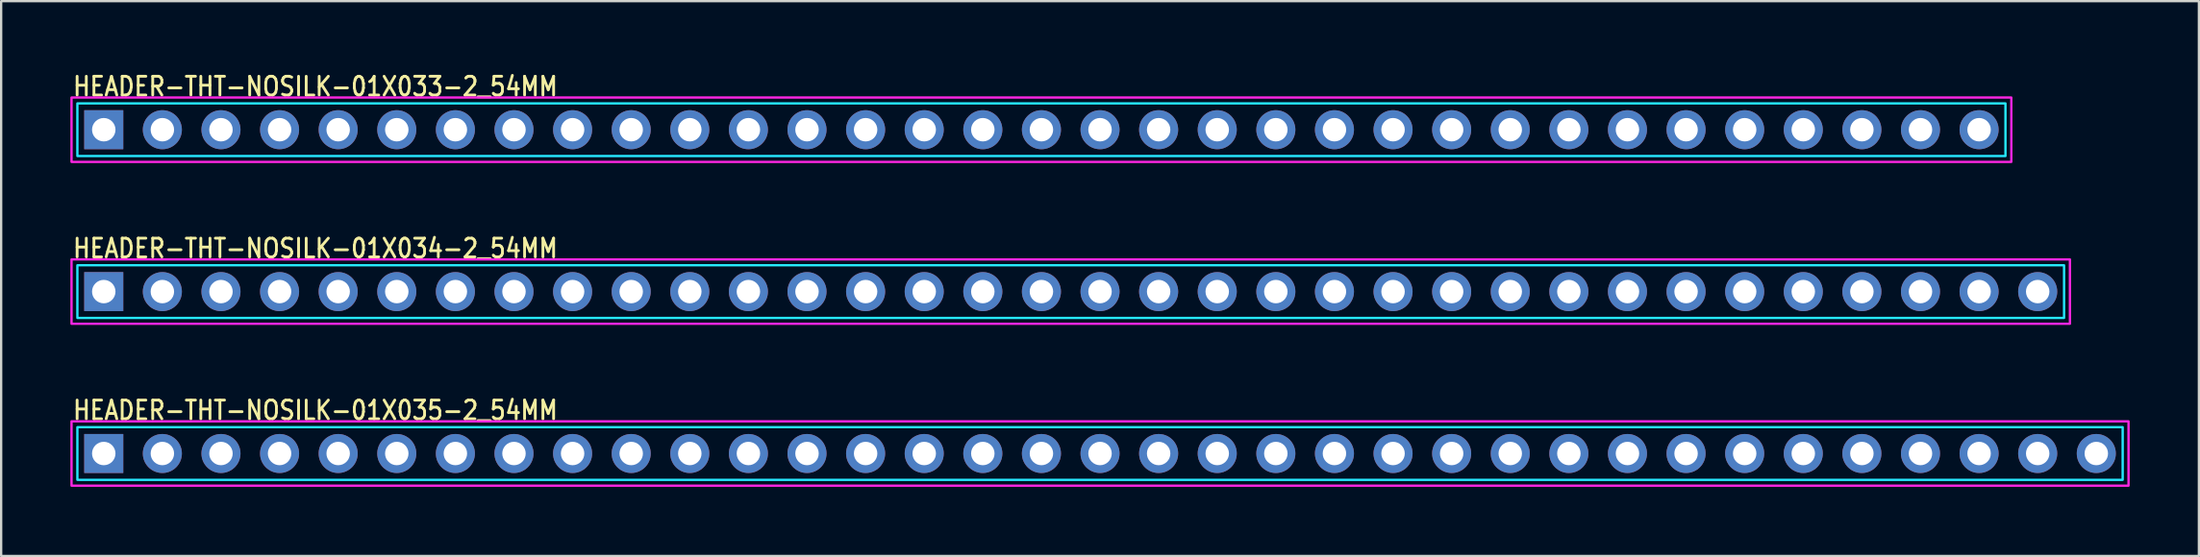
<source format=kicad_pcb>
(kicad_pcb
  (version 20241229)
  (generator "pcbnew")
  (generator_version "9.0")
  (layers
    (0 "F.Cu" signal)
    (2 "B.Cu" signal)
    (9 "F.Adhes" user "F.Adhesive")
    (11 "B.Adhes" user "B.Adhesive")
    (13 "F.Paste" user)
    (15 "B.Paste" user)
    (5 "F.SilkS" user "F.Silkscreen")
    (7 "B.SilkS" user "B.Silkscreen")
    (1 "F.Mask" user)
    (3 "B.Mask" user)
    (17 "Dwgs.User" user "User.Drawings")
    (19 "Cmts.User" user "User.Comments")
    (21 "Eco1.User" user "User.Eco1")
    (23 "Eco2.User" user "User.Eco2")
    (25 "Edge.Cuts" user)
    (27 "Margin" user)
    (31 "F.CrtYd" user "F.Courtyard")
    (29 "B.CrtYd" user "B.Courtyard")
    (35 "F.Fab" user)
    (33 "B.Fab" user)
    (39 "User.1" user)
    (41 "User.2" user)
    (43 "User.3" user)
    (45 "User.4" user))
  (footprint "HEADER-THT-NOSILK-01X035-2_54MM"
    (layer "F.Cu")
    (at 1.447 16.63)
    (property "Reference" "HEADER-THT-NOSILK-01X035-2_54MM" (at -1.4 -1.4 0) (unlocked yes) (layer "F.SilkS") (effects (font (size 0.813 0.695) (thickness 0.122)) (justify left bottom)))
    (fp_poly (pts (xy -1.143 -1.143) (xy 87.503 -1.143) (xy 87.503 1.143) (xy -1.143 1.143)) (stroke (width 0.1) (type solid)) (fill no) (layer "B.CrtYd"))
    (fp_poly (pts (xy -1.397 -1.397) (xy 87.757 -1.397) (xy 87.757 1.397) (xy -1.397 1.397)) (stroke (width 0.1) (type solid)) (fill no) (layer "F.CrtYd"))
    (pad "P$1" thru_hole rect (at 0 0) (size 1.693 1.693) (drill 1.016) (layers "*.Cu" "*.Mask"))
    (pad "P$2" thru_hole oval (at 2.54 0) (size 1.693 1.693) (drill 1.016) (layers "*.Cu" "*.Mask"))
    (pad "P$3" thru_hole oval (at 5.08 0) (size 1.693 1.693) (drill 1.016) (layers "*.Cu" "*.Mask"))
    (pad "P$4" thru_hole oval (at 7.62 0) (size 1.693 1.693) (drill 1.016) (layers "*.Cu" "*.Mask"))
    (pad "P$5" thru_hole oval (at 10.16 0) (size 1.693 1.693) (drill 1.016) (layers "*.Cu" "*.Mask"))
    (pad "P$6" thru_hole oval (at 12.7 0) (size 1.693 1.693) (drill 1.016) (layers "*.Cu" "*.Mask"))
    (pad "P$7" thru_hole oval (at 15.24 0) (size 1.693 1.693) (drill 1.016) (layers "*.Cu" "*.Mask"))
    (pad "P$8" thru_hole oval (at 17.78 0) (size 1.693 1.693) (drill 1.016) (layers "*.Cu" "*.Mask"))
    (pad "P$9" thru_hole oval (at 20.32 0) (size 1.693 1.693) (drill 1.016) (layers "*.Cu" "*.Mask"))
    (pad "P$10" thru_hole oval (at 22.86 0) (size 1.693 1.693) (drill 1.016) (layers "*.Cu" "*.Mask"))
    (pad "P$11" thru_hole oval (at 25.4 0) (size 1.693 1.693) (drill 1.016) (layers "*.Cu" "*.Mask"))
    (pad "P$12" thru_hole oval (at 27.94 0) (size 1.693 1.693) (drill 1.016) (layers "*.Cu" "*.Mask"))
    (pad "P$13" thru_hole oval (at 30.48 0) (size 1.693 1.693) (drill 1.016) (layers "*.Cu" "*.Mask"))
    (pad "P$14" thru_hole oval (at 33.02 0) (size 1.693 1.693) (drill 1.016) (layers "*.Cu" "*.Mask"))
    (pad "P$15" thru_hole oval (at 35.56 0) (size 1.693 1.693) (drill 1.016) (layers "*.Cu" "*.Mask"))
    (pad "P$16" thru_hole oval (at 38.1 0) (size 1.693 1.693) (drill 1.016) (layers "*.Cu" "*.Mask"))
    (pad "P$17" thru_hole oval (at 40.64 0) (size 1.693 1.693) (drill 1.016) (layers "*.Cu" "*.Mask"))
    (pad "P$18" thru_hole oval (at 43.18 0) (size 1.693 1.693) (drill 1.016) (layers "*.Cu" "*.Mask"))
    (pad "P$19" thru_hole oval (at 45.72 0) (size 1.693 1.693) (drill 1.016) (layers "*.Cu" "*.Mask"))
    (pad "P$20" thru_hole oval (at 48.26 0) (size 1.693 1.693) (drill 1.016) (layers "*.Cu" "*.Mask"))
    (pad "P$21" thru_hole oval (at 50.8 0) (size 1.693 1.693) (drill 1.016) (layers "*.Cu" "*.Mask"))
    (pad "P$22" thru_hole oval (at 53.34 0) (size 1.693 1.693) (drill 1.016) (layers "*.Cu" "*.Mask"))
    (pad "P$23" thru_hole oval (at 55.88 0) (size 1.693 1.693) (drill 1.016) (layers "*.Cu" "*.Mask"))
    (pad "P$24" thru_hole oval (at 58.42 0) (size 1.693 1.693) (drill 1.016) (layers "*.Cu" "*.Mask"))
    (pad "P$25" thru_hole oval (at 60.96 0) (size 1.693 1.693) (drill 1.016) (layers "*.Cu" "*.Mask"))
    (pad "P$26" thru_hole oval (at 63.5 0) (size 1.693 1.693) (drill 1.016) (layers "*.Cu" "*.Mask"))
    (pad "P$27" thru_hole oval (at 66.04 0) (size 1.693 1.693) (drill 1.016) (layers "*.Cu" "*.Mask"))
    (pad "P$28" thru_hole oval (at 68.58 0) (size 1.693 1.693) (drill 1.016) (layers "*.Cu" "*.Mask"))
    (pad "P$29" thru_hole oval (at 71.12 0) (size 1.693 1.693) (drill 1.016) (layers "*.Cu" "*.Mask"))
    (pad "P$30" thru_hole oval (at 73.66 0) (size 1.693 1.693) (drill 1.016) (layers "*.Cu" "*.Mask"))
    (pad "P$31" thru_hole oval (at 76.2 0) (size 1.693 1.693) (drill 1.016) (layers "*.Cu" "*.Mask"))
    (pad "P$32" thru_hole oval (at 78.74 0) (size 1.693 1.693) (drill 1.016) (layers "*.Cu" "*.Mask"))
    (pad "P$33" thru_hole oval (at 81.28 0) (size 1.693 1.693) (drill 1.016) (layers "*.Cu" "*.Mask"))
    (pad "P$34" thru_hole oval (at 83.82 0) (size 1.693 1.693) (drill 1.016) (layers "*.Cu" "*.Mask"))
    (pad "P$35" thru_hole oval (at 86.36 0) (size 1.693 1.693) (drill 1.016) (layers "*.Cu" "*.Mask")))
  (footprint "HEADER-THT-NOSILK-01X033-2_54MM"
    (layer "F.Cu")
    (at 1.447 2.579)
    (property "Reference" "HEADER-THT-NOSILK-01X033-2_54MM" (at -1.4 -1.4 0) (unlocked yes) (layer "F.SilkS") (effects (font (size 0.813 0.695) (thickness 0.122)) (justify left bottom)))
    (fp_poly (pts (xy -1.143 -1.143) (xy 82.423 -1.143) (xy 82.423 1.143) (xy -1.143 1.143)) (stroke (width 0.1) (type solid)) (fill no) (layer "B.CrtYd"))
    (fp_poly (pts (xy -1.397 -1.397) (xy 82.677 -1.397) (xy 82.677 1.397) (xy -1.397 1.397)) (stroke (width 0.1) (type solid)) (fill no) (layer "F.CrtYd"))
    (pad "P$1" thru_hole rect (at 0 0) (size 1.693 1.693) (drill 1.016) (layers "*.Cu" "*.Mask"))
    (pad "P$2" thru_hole oval (at 2.54 0) (size 1.693 1.693) (drill 1.016) (layers "*.Cu" "*.Mask"))
    (pad "P$3" thru_hole oval (at 5.08 0) (size 1.693 1.693) (drill 1.016) (layers "*.Cu" "*.Mask"))
    (pad "P$4" thru_hole oval (at 7.62 0) (size 1.693 1.693) (drill 1.016) (layers "*.Cu" "*.Mask"))
    (pad "P$5" thru_hole oval (at 10.16 0) (size 1.693 1.693) (drill 1.016) (layers "*.Cu" "*.Mask"))
    (pad "P$6" thru_hole oval (at 12.7 0) (size 1.693 1.693) (drill 1.016) (layers "*.Cu" "*.Mask"))
    (pad "P$7" thru_hole oval (at 15.24 0) (size 1.693 1.693) (drill 1.016) (layers "*.Cu" "*.Mask"))
    (pad "P$8" thru_hole oval (at 17.78 0) (size 1.693 1.693) (drill 1.016) (layers "*.Cu" "*.Mask"))
    (pad "P$9" thru_hole oval (at 20.32 0) (size 1.693 1.693) (drill 1.016) (layers "*.Cu" "*.Mask"))
    (pad "P$10" thru_hole oval (at 22.86 0) (size 1.693 1.693) (drill 1.016) (layers "*.Cu" "*.Mask"))
    (pad "P$11" thru_hole oval (at 25.4 0) (size 1.693 1.693) (drill 1.016) (layers "*.Cu" "*.Mask"))
    (pad "P$12" thru_hole oval (at 27.94 0) (size 1.693 1.693) (drill 1.016) (layers "*.Cu" "*.Mask"))
    (pad "P$13" thru_hole oval (at 30.48 0) (size 1.693 1.693) (drill 1.016) (layers "*.Cu" "*.Mask"))
    (pad "P$14" thru_hole oval (at 33.02 0) (size 1.693 1.693) (drill 1.016) (layers "*.Cu" "*.Mask"))
    (pad "P$15" thru_hole oval (at 35.56 0) (size 1.693 1.693) (drill 1.016) (layers "*.Cu" "*.Mask"))
    (pad "P$16" thru_hole oval (at 38.1 0) (size 1.693 1.693) (drill 1.016) (layers "*.Cu" "*.Mask"))
    (pad "P$17" thru_hole oval (at 40.64 0) (size 1.693 1.693) (drill 1.016) (layers "*.Cu" "*.Mask"))
    (pad "P$18" thru_hole oval (at 43.18 0) (size 1.693 1.693) (drill 1.016) (layers "*.Cu" "*.Mask"))
    (pad "P$19" thru_hole oval (at 45.72 0) (size 1.693 1.693) (drill 1.016) (layers "*.Cu" "*.Mask"))
    (pad "P$20" thru_hole oval (at 48.26 0) (size 1.693 1.693) (drill 1.016) (layers "*.Cu" "*.Mask"))
    (pad "P$21" thru_hole oval (at 50.8 0) (size 1.693 1.693) (drill 1.016) (layers "*.Cu" "*.Mask"))
    (pad "P$22" thru_hole oval (at 53.34 0) (size 1.693 1.693) (drill 1.016) (layers "*.Cu" "*.Mask"))
    (pad "P$23" thru_hole oval (at 55.88 0) (size 1.693 1.693) (drill 1.016) (layers "*.Cu" "*.Mask"))
    (pad "P$24" thru_hole oval (at 58.42 0) (size 1.693 1.693) (drill 1.016) (layers "*.Cu" "*.Mask"))
    (pad "P$25" thru_hole oval (at 60.96 0) (size 1.693 1.693) (drill 1.016) (layers "*.Cu" "*.Mask"))
    (pad "P$26" thru_hole oval (at 63.5 0) (size 1.693 1.693) (drill 1.016) (layers "*.Cu" "*.Mask"))
    (pad "P$27" thru_hole oval (at 66.04 0) (size 1.693 1.693) (drill 1.016) (layers "*.Cu" "*.Mask"))
    (pad "P$28" thru_hole oval (at 68.58 0) (size 1.693 1.693) (drill 1.016) (layers "*.Cu" "*.Mask"))
    (pad "P$29" thru_hole oval (at 71.12 0) (size 1.693 1.693) (drill 1.016) (layers "*.Cu" "*.Mask"))
    (pad "P$30" thru_hole oval (at 73.66 0) (size 1.693 1.693) (drill 1.016) (layers "*.Cu" "*.Mask"))
    (pad "P$31" thru_hole oval (at 76.2 0) (size 1.693 1.693) (drill 1.016) (layers "*.Cu" "*.Mask"))
    (pad "P$32" thru_hole oval (at 78.74 0) (size 1.693 1.693) (drill 1.016) (layers "*.Cu" "*.Mask"))
    (pad "P$33" thru_hole oval (at 81.28 0) (size 1.693 1.693) (drill 1.016) (layers "*.Cu" "*.Mask")))
  (footprint "HEADER-THT-NOSILK-01X034-2_54MM"
    (layer "F.Cu")
    (at 1.447 9.604)
    (property "Reference" "HEADER-THT-NOSILK-01X034-2_54MM" (at -1.4 -1.4 0) (unlocked yes) (layer "F.SilkS") (effects (font (size 0.813 0.695) (thickness 0.122)) (justify left bottom)))
    (fp_poly (pts (xy -1.143 -1.143) (xy 84.963 -1.143) (xy 84.963 1.143) (xy -1.143 1.143)) (stroke (width 0.1) (type solid)) (fill no) (layer "B.CrtYd"))
    (fp_poly (pts (xy -1.397 -1.397) (xy 85.217 -1.397) (xy 85.217 1.397) (xy -1.397 1.397)) (stroke (width 0.1) (type solid)) (fill no) (layer "F.CrtYd"))
    (pad "P$1" thru_hole rect (at 0 0) (size 1.693 1.693) (drill 1.016) (layers "*.Cu" "*.Mask"))
    (pad "P$2" thru_hole oval (at 2.54 0) (size 1.693 1.693) (drill 1.016) (layers "*.Cu" "*.Mask"))
    (pad "P$3" thru_hole oval (at 5.08 0) (size 1.693 1.693) (drill 1.016) (layers "*.Cu" "*.Mask"))
    (pad "P$4" thru_hole oval (at 7.62 0) (size 1.693 1.693) (drill 1.016) (layers "*.Cu" "*.Mask"))
    (pad "P$5" thru_hole oval (at 10.16 0) (size 1.693 1.693) (drill 1.016) (layers "*.Cu" "*.Mask"))
    (pad "P$6" thru_hole oval (at 12.7 0) (size 1.693 1.693) (drill 1.016) (layers "*.Cu" "*.Mask"))
    (pad "P$7" thru_hole oval (at 15.24 0) (size 1.693 1.693) (drill 1.016) (layers "*.Cu" "*.Mask"))
    (pad "P$8" thru_hole oval (at 17.78 0) (size 1.693 1.693) (drill 1.016) (layers "*.Cu" "*.Mask"))
    (pad "P$9" thru_hole oval (at 20.32 0) (size 1.693 1.693) (drill 1.016) (layers "*.Cu" "*.Mask"))
    (pad "P$10" thru_hole oval (at 22.86 0) (size 1.693 1.693) (drill 1.016) (layers "*.Cu" "*.Mask"))
    (pad "P$11" thru_hole oval (at 25.4 0) (size 1.693 1.693) (drill 1.016) (layers "*.Cu" "*.Mask"))
    (pad "P$12" thru_hole oval (at 27.94 0) (size 1.693 1.693) (drill 1.016) (layers "*.Cu" "*.Mask"))
    (pad "P$13" thru_hole oval (at 30.48 0) (size 1.693 1.693) (drill 1.016) (layers "*.Cu" "*.Mask"))
    (pad "P$14" thru_hole oval (at 33.02 0) (size 1.693 1.693) (drill 1.016) (layers "*.Cu" "*.Mask"))
    (pad "P$15" thru_hole oval (at 35.56 0) (size 1.693 1.693) (drill 1.016) (layers "*.Cu" "*.Mask"))
    (pad "P$16" thru_hole oval (at 38.1 0) (size 1.693 1.693) (drill 1.016) (layers "*.Cu" "*.Mask"))
    (pad "P$17" thru_hole oval (at 40.64 0) (size 1.693 1.693) (drill 1.016) (layers "*.Cu" "*.Mask"))
    (pad "P$18" thru_hole oval (at 43.18 0) (size 1.693 1.693) (drill 1.016) (layers "*.Cu" "*.Mask"))
    (pad "P$19" thru_hole oval (at 45.72 0) (size 1.693 1.693) (drill 1.016) (layers "*.Cu" "*.Mask"))
    (pad "P$20" thru_hole oval (at 48.26 0) (size 1.693 1.693) (drill 1.016) (layers "*.Cu" "*.Mask"))
    (pad "P$21" thru_hole oval (at 50.8 0) (size 1.693 1.693) (drill 1.016) (layers "*.Cu" "*.Mask"))
    (pad "P$22" thru_hole oval (at 53.34 0) (size 1.693 1.693) (drill 1.016) (layers "*.Cu" "*.Mask"))
    (pad "P$23" thru_hole oval (at 55.88 0) (size 1.693 1.693) (drill 1.016) (layers "*.Cu" "*.Mask"))
    (pad "P$24" thru_hole oval (at 58.42 0) (size 1.693 1.693) (drill 1.016) (layers "*.Cu" "*.Mask"))
    (pad "P$25" thru_hole oval (at 60.96 0) (size 1.693 1.693) (drill 1.016) (layers "*.Cu" "*.Mask"))
    (pad "P$26" thru_hole oval (at 63.5 0) (size 1.693 1.693) (drill 1.016) (layers "*.Cu" "*.Mask"))
    (pad "P$27" thru_hole oval (at 66.04 0) (size 1.693 1.693) (drill 1.016) (layers "*.Cu" "*.Mask"))
    (pad "P$28" thru_hole oval (at 68.58 0) (size 1.693 1.693) (drill 1.016) (layers "*.Cu" "*.Mask"))
    (pad "P$29" thru_hole oval (at 71.12 0) (size 1.693 1.693) (drill 1.016) (layers "*.Cu" "*.Mask"))
    (pad "P$30" thru_hole oval (at 73.66 0) (size 1.693 1.693) (drill 1.016) (layers "*.Cu" "*.Mask"))
    (pad "P$31" thru_hole oval (at 76.2 0) (size 1.693 1.693) (drill 1.016) (layers "*.Cu" "*.Mask"))
    (pad "P$32" thru_hole oval (at 78.74 0) (size 1.693 1.693) (drill 1.016) (layers "*.Cu" "*.Mask"))
    (pad "P$33" thru_hole oval (at 81.28 0) (size 1.693 1.693) (drill 1.016) (layers "*.Cu" "*.Mask"))
    (pad "P$34" thru_hole oval (at 83.82 0) (size 1.693 1.693) (drill 1.016) (layers "*.Cu" "*.Mask")))
  (gr_rect
    (start -3 -3)
    (end 92.254 21.077)
    (stroke (width 0.1) (type default))
    (fill no)
    (layer "Edge.Cuts")))
</source>
